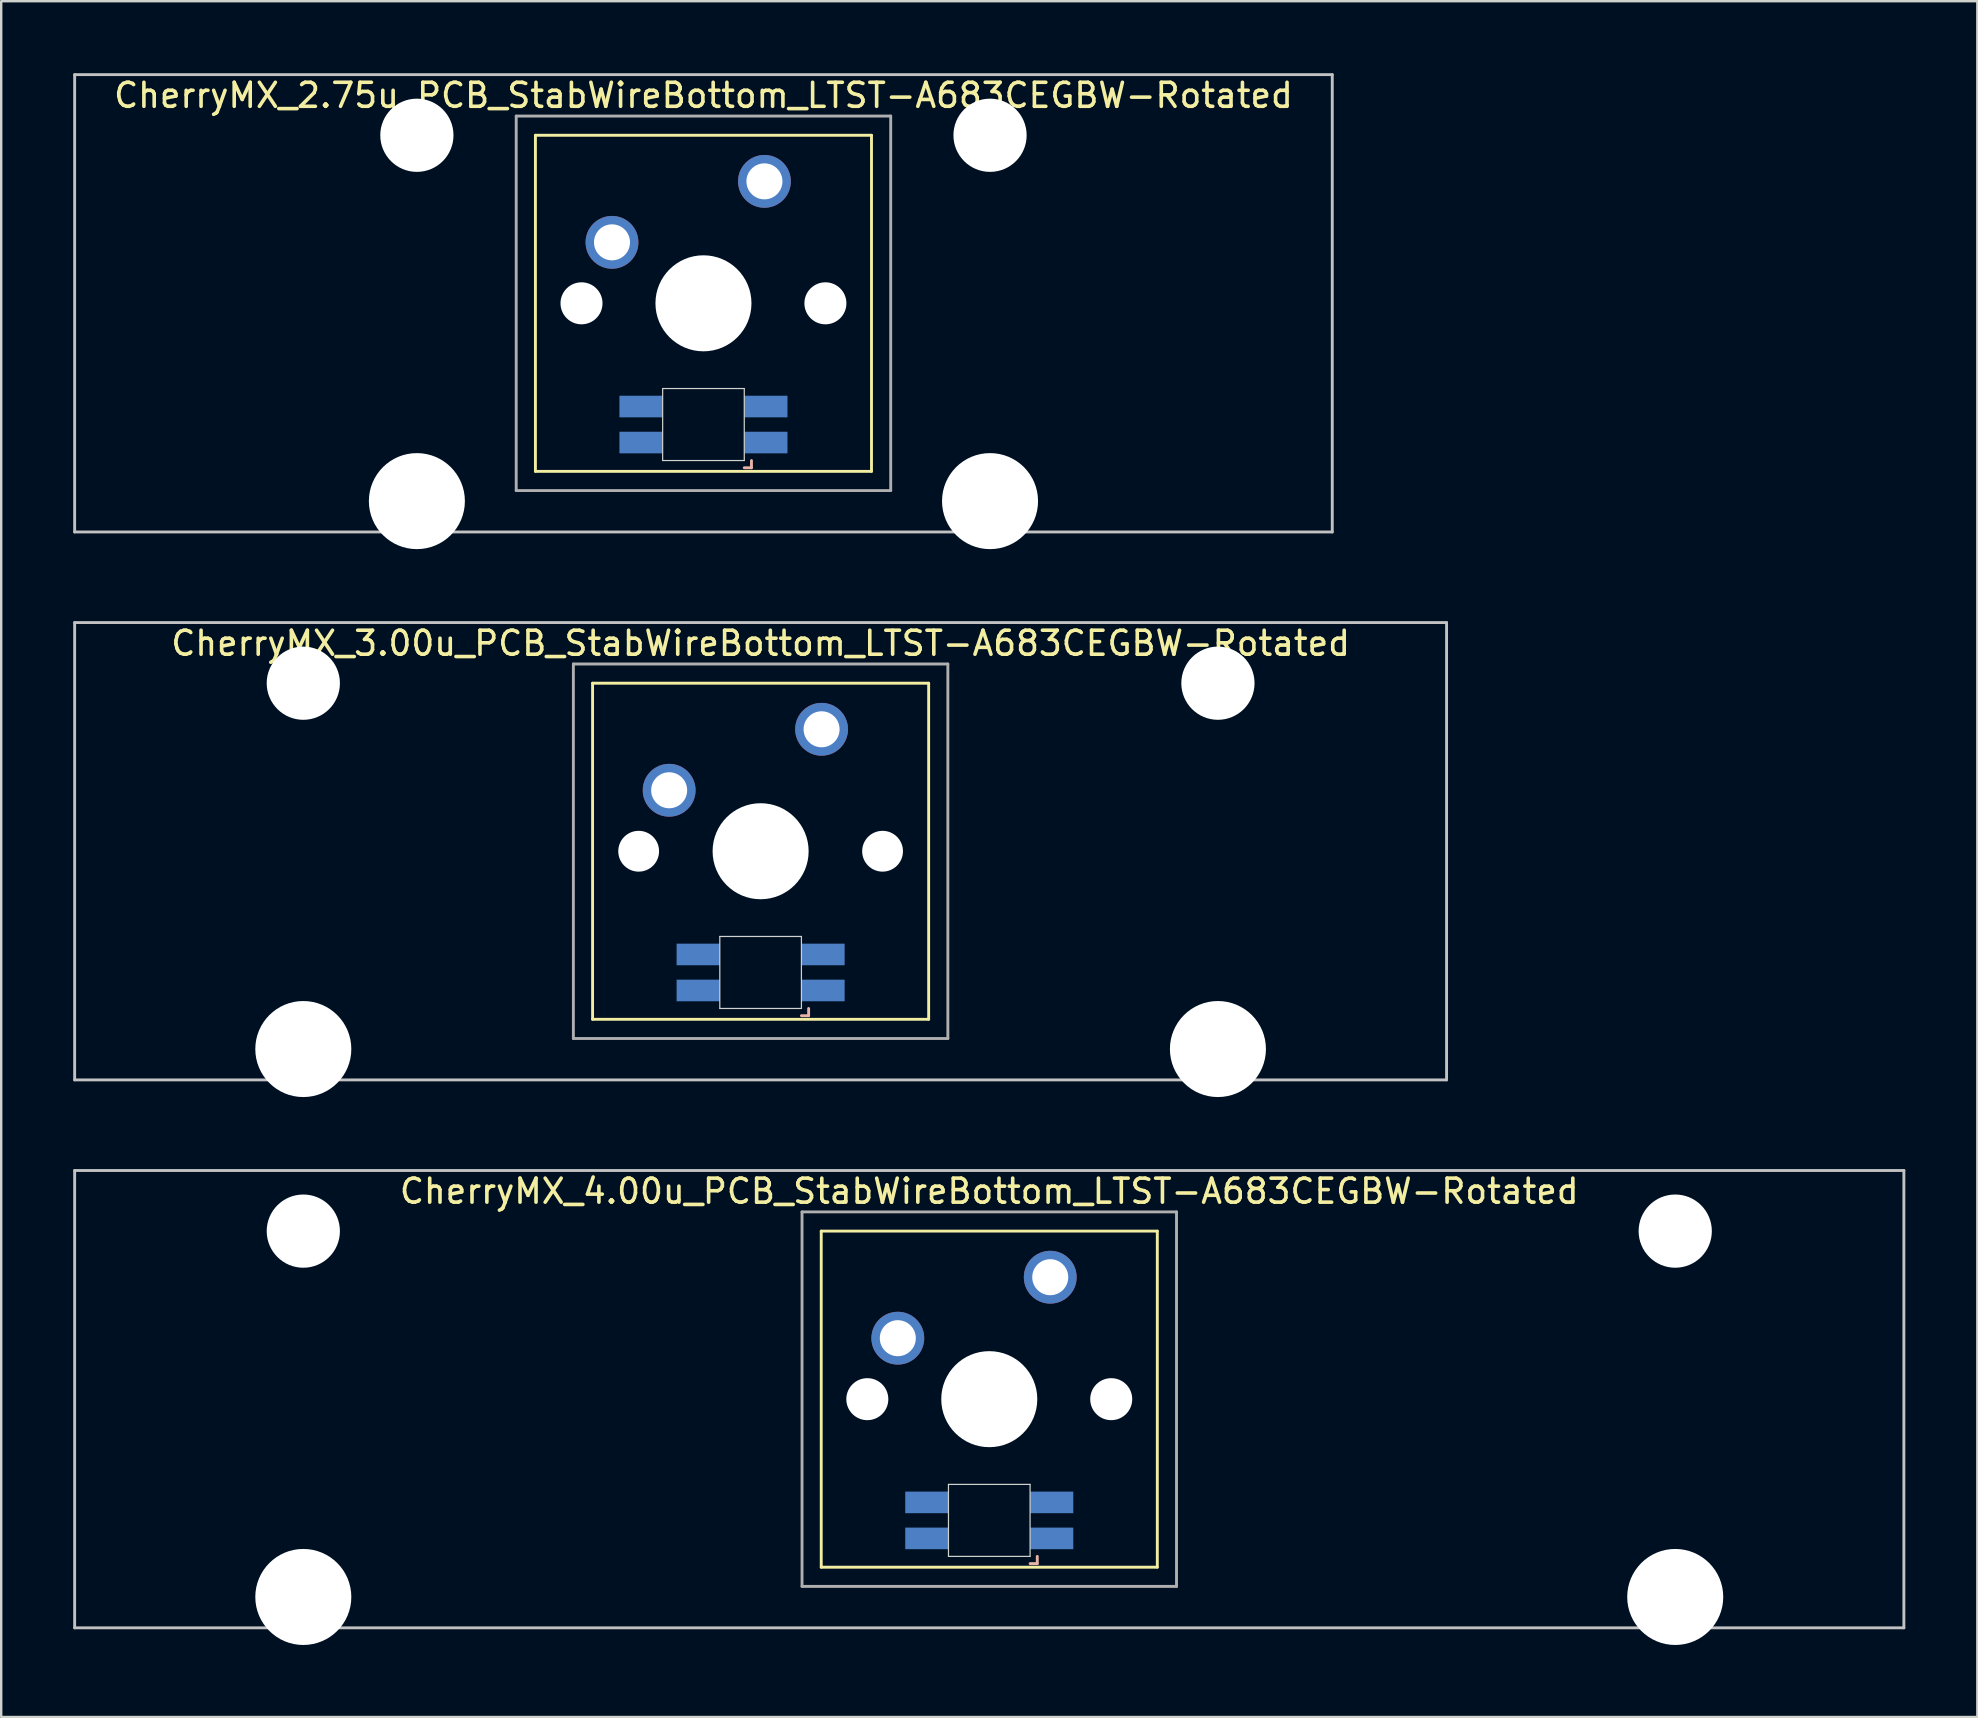
<source format=kicad_pcb>
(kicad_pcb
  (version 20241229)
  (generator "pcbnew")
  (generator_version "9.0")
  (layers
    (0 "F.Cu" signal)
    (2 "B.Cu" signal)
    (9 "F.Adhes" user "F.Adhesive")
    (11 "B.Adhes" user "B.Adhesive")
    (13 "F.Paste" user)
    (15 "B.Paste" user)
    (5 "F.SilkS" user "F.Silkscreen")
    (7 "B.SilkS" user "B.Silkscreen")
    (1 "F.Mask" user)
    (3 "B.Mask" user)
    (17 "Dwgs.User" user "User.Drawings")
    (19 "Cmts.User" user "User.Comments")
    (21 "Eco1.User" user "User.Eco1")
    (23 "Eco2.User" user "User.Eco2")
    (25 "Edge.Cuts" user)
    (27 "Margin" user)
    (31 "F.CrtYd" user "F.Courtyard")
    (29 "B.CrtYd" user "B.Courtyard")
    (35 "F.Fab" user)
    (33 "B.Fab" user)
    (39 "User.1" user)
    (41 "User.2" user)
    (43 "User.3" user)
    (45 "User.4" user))
  (footprint "CherryMX_2.75u_PCB_StabWireBottom_LTST-A683CEGBW-Rotated"
    (layer "F.Cu")
    (at 26.254 9.585)
    (property "Reference" "CherryMX_2.75u_PCB_StabWireBottom_LTST-A683CEGBW-Rotated" (at 0 -8.662 0) (layer "F.SilkS") (effects (font (size 1 1) (thickness 0.15))))
    (attr through_hole)
    (fp_line (start -7 -7) (end -7 7) (stroke (width 0.12) (type solid)) (layer "F.SilkS"))
    (fp_line (start -7 -7) (end 7 -7) (stroke (width 0.12) (type solid)) (layer "F.SilkS"))
    (fp_line (start 7 -7) (end 7 7) (stroke (width 0.12) (type solid)) (layer "F.SilkS"))
    (fp_line (start 7 7) (end -7 7) (stroke (width 0.12) (type solid)) (layer "F.SilkS"))
    (fp_line (start 1.7 6.85) (end 2 6.85) (stroke (width 0.12) (type solid)) (layer "B.SilkS"))
    (fp_line (start 2 6.85) (end 2 6.55) (stroke (width 0.12) (type solid)) (layer "B.SilkS"))
    (fp_line (start -26.194 -9.525) (end 26.194 -9.525) (stroke (width 0.12) (type solid)) (layer "Dwgs.User"))
    (fp_line (start -26.194 9.525) (end -26.194 -9.525) (stroke (width 0.12) (type solid)) (layer "Dwgs.User"))
    (fp_line (start 26.194 -9.525) (end 26.194 9.525) (stroke (width 0.12) (type solid)) (layer "Dwgs.User"))
    (fp_line (start 26.194 9.525) (end -26.194 9.525) (stroke (width 0.12) (type solid)) (layer "Dwgs.User"))
    (fp_line (start -1.7 3.55) (end 1.7 3.55) (stroke (width 0.05) (type solid)) (layer "Edge.Cuts"))
    (fp_line (start -1.7 6.55) (end -1.7 3.55) (stroke (width 0.05) (type solid)) (layer "Edge.Cuts"))
    (fp_line (start 1.7 3.55) (end 1.7 6.55) (stroke (width 0.05) (type solid)) (layer "Edge.Cuts"))
    (fp_line (start 1.7 6.55) (end -1.7 6.55) (stroke (width 0.05) (type solid)) (layer "Edge.Cuts"))
    (fp_line (start -7.8 -7.8) (end -7.8 7.8) (stroke (width 0.12) (type solid)) (layer "F.Fab"))
    (fp_line (start -7.8 -7.8) (end 7.8 -7.8) (stroke (width 0.12) (type solid)) (layer "F.Fab"))
    (fp_line (start -7.8 7.8) (end 7.8 7.8) (stroke (width 0.12) (type solid)) (layer "F.Fab"))
    (fp_line (start 7.8 -7.8) (end 7.8 7.8) (stroke (width 0.12) (type solid)) (layer "F.Fab"))
    (pad "" np_thru_hole circle (at -11.938 -7) (size 3.05 3.05) (drill 3.05) (layers "*.Cu" "*.Mask"))
    (pad "" np_thru_hole circle (at -11.938 8.24) (size 4 4) (drill 4) (layers "*.Cu" "*.Mask"))
    (pad "" np_thru_hole circle (at -5.08 0) (size 1.75 1.75) (drill 1.75) (layers "*.Cu" "*.Mask"))
    (pad "" np_thru_hole circle (at 0 0) (size 4 4) (drill 4) (layers "*.Cu" "*.Mask"))
    (pad "" np_thru_hole circle (at 5.08 0) (size 1.75 1.75) (drill 1.75) (layers "*.Cu" "*.Mask"))
    (pad "" np_thru_hole circle (at 11.938 -7) (size 3.05 3.05) (drill 3.05) (layers "*.Cu" "*.Mask"))
    (pad "" np_thru_hole circle (at 11.938 8.24) (size 4 4) (drill 4) (layers "*.Cu" "*.Mask"))
    (pad "1" thru_hole circle (at -3.81 -2.54) (size 2.2 2.2) (drill 1.5) (layers "*.Cu" "*.Mask"))
    (pad "2" thru_hole circle (at 2.54 -5.08) (size 2.2 2.2) (drill 1.5) (layers "*.Cu" "*.Mask"))
    (pad "3" smd rect (at 2.6 5.8) (size 1.8 0.9) (layers "B.Cu" "B.Mask" "B.Paste"))
    (pad "4" smd rect (at 2.6 4.3) (size 1.8 0.9) (layers "B.Cu" "B.Mask" "B.Paste"))
    (pad "5" smd rect (at -2.6 5.8) (size 1.8 0.9) (layers "B.Cu" "B.Mask" "B.Paste"))
    (pad "6" smd rect (at -2.6 4.3) (size 1.8 0.9) (layers "B.Cu" "B.Mask" "B.Paste")))
  (footprint "CherryMX_3.00u_PCB_StabWireBottom_LTST-A683CEGBW-Rotated"
    (layer "F.Cu")
    (at 28.635 32.41)
    (property "Reference" "CherryMX_3.00u_PCB_StabWireBottom_LTST-A683CEGBW-Rotated" (at 0 -8.662 0) (layer "F.SilkS") (effects (font (size 1 1) (thickness 0.15))))
    (attr through_hole)
    (fp_line (start -7 -7) (end -7 7) (stroke (width 0.12) (type solid)) (layer "F.SilkS"))
    (fp_line (start -7 -7) (end 7 -7) (stroke (width 0.12) (type solid)) (layer "F.SilkS"))
    (fp_line (start 7 -7) (end 7 7) (stroke (width 0.12) (type solid)) (layer "F.SilkS"))
    (fp_line (start 7 7) (end -7 7) (stroke (width 0.12) (type solid)) (layer "F.SilkS"))
    (fp_line (start 1.7 6.85) (end 2 6.85) (stroke (width 0.12) (type solid)) (layer "B.SilkS"))
    (fp_line (start 2 6.85) (end 2 6.55) (stroke (width 0.12) (type solid)) (layer "B.SilkS"))
    (fp_line (start -28.575 -9.525) (end 28.575 -9.525) (stroke (width 0.12) (type solid)) (layer "Dwgs.User"))
    (fp_line (start -28.575 9.525) (end -28.575 -9.525) (stroke (width 0.12) (type solid)) (layer "Dwgs.User"))
    (fp_line (start 28.575 -9.525) (end 28.575 9.525) (stroke (width 0.12) (type solid)) (layer "Dwgs.User"))
    (fp_line (start 28.575 9.525) (end -28.575 9.525) (stroke (width 0.12) (type solid)) (layer "Dwgs.User"))
    (fp_line (start -1.7 3.55) (end 1.7 3.55) (stroke (width 0.05) (type solid)) (layer "Edge.Cuts"))
    (fp_line (start -1.7 6.55) (end -1.7 3.55) (stroke (width 0.05) (type solid)) (layer "Edge.Cuts"))
    (fp_line (start 1.7 3.55) (end 1.7 6.55) (stroke (width 0.05) (type solid)) (layer "Edge.Cuts"))
    (fp_line (start 1.7 6.55) (end -1.7 6.55) (stroke (width 0.05) (type solid)) (layer "Edge.Cuts"))
    (fp_line (start -7.8 -7.8) (end -7.8 7.8) (stroke (width 0.12) (type solid)) (layer "F.Fab"))
    (fp_line (start -7.8 -7.8) (end 7.8 -7.8) (stroke (width 0.12) (type solid)) (layer "F.Fab"))
    (fp_line (start -7.8 7.8) (end 7.8 7.8) (stroke (width 0.12) (type solid)) (layer "F.Fab"))
    (fp_line (start 7.8 -7.8) (end 7.8 7.8) (stroke (width 0.12) (type solid)) (layer "F.Fab"))
    (pad "" np_thru_hole circle (at -19.05 -7) (size 3.05 3.05) (drill 3.05) (layers "*.Cu" "*.Mask"))
    (pad "" np_thru_hole circle (at -19.05 8.24) (size 4 4) (drill 4) (layers "*.Cu" "*.Mask"))
    (pad "" np_thru_hole circle (at -5.08 0) (size 1.7 1.7) (drill 1.7) (layers "*.Cu" "*.Mask"))
    (pad "" np_thru_hole circle (at 0 0) (size 4 4) (drill 4) (layers "*.Cu" "*.Mask"))
    (pad "" np_thru_hole circle (at 5.08 0) (size 1.7 1.7) (drill 1.7) (layers "*.Cu" "*.Mask"))
    (pad "" np_thru_hole circle (at 19.05 -7) (size 3.05 3.05) (drill 3.05) (layers "*.Cu" "*.Mask"))
    (pad "" np_thru_hole circle (at 19.05 8.24) (size 4 4) (drill 4) (layers "*.Cu" "*.Mask"))
    (pad "1" thru_hole circle (at -3.81 -2.54) (size 2.2 2.2) (drill 1.5) (layers "*.Cu" "*.Mask"))
    (pad "2" thru_hole circle (at 2.54 -5.08) (size 2.2 2.2) (drill 1.5) (layers "*.Cu" "*.Mask"))
    (pad "3" smd rect (at 2.6 5.8 180) (size 1.8 0.9) (layers "B.Cu" "B.Mask" "B.Paste"))
    (pad "4" smd rect (at 2.6 4.3 180) (size 1.8 0.9) (layers "B.Cu" "B.Mask" "B.Paste"))
    (pad "5" smd rect (at -2.6 5.8 180) (size 1.8 0.9) (layers "B.Cu" "B.Mask" "B.Paste"))
    (pad "6" smd rect (at -2.6 4.3 180) (size 1.8 0.9) (layers "B.Cu" "B.Mask" "B.Paste")))
  (footprint "CherryMX_4.00u_PCB_StabWireBottom_LTST-A683CEGBW-Rotated"
    (layer "F.Cu")
    (at 38.16 55.235)
    (property "Reference" "CherryMX_4.00u_PCB_StabWireBottom_LTST-A683CEGBW-Rotated" (at 0 -8.662 0) (layer "F.SilkS") (effects (font (size 1 1) (thickness 0.15))))
    (attr through_hole)
    (fp_line (start -7 -7) (end -7 7) (stroke (width 0.12) (type solid)) (layer "F.SilkS"))
    (fp_line (start -7 -7) (end 7 -7) (stroke (width 0.12) (type solid)) (layer "F.SilkS"))
    (fp_line (start 7 -7) (end 7 7) (stroke (width 0.12) (type solid)) (layer "F.SilkS"))
    (fp_line (start 7 7) (end -7 7) (stroke (width 0.12) (type solid)) (layer "F.SilkS"))
    (fp_line (start 1.7 6.85) (end 2 6.85) (stroke (width 0.12) (type solid)) (layer "B.SilkS"))
    (fp_line (start 2 6.85) (end 2 6.55) (stroke (width 0.12) (type solid)) (layer "B.SilkS"))
    (fp_line (start -38.1 -9.525) (end 38.1 -9.525) (stroke (width 0.12) (type solid)) (layer "Dwgs.User"))
    (fp_line (start -38.1 9.525) (end -38.1 -9.525) (stroke (width 0.12) (type solid)) (layer "Dwgs.User"))
    (fp_line (start 38.1 -9.525) (end 38.1 9.525) (stroke (width 0.12) (type solid)) (layer "Dwgs.User"))
    (fp_line (start 38.1 9.525) (end -38.1 9.525) (stroke (width 0.12) (type solid)) (layer "Dwgs.User"))
    (fp_line (start -1.7 3.55) (end 1.7 3.55) (stroke (width 0.05) (type solid)) (layer "Edge.Cuts"))
    (fp_line (start -1.7 6.55) (end -1.7 3.55) (stroke (width 0.05) (type solid)) (layer "Edge.Cuts"))
    (fp_line (start 1.7 3.55) (end 1.7 6.55) (stroke (width 0.05) (type solid)) (layer "Edge.Cuts"))
    (fp_line (start 1.7 6.55) (end -1.7 6.55) (stroke (width 0.05) (type solid)) (layer "Edge.Cuts"))
    (fp_line (start -7.8 -7.8) (end -7.8 7.8) (stroke (width 0.12) (type solid)) (layer "F.Fab"))
    (fp_line (start -7.8 -7.8) (end 7.8 -7.8) (stroke (width 0.12) (type solid)) (layer "F.Fab"))
    (fp_line (start -7.8 7.8) (end 7.8 7.8) (stroke (width 0.12) (type solid)) (layer "F.Fab"))
    (fp_line (start 7.8 -7.8) (end 7.8 7.8) (stroke (width 0.12) (type solid)) (layer "F.Fab"))
    (pad "" np_thru_hole circle (at -28.575 -7) (size 3.05 3.05) (drill 3.05) (layers "*.Cu" "*.Mask"))
    (pad "" np_thru_hole circle (at -28.575 8.24) (size 4 4) (drill 4) (layers "*.Cu" "*.Mask"))
    (pad "" np_thru_hole circle (at -5.08 0) (size 1.75 1.75) (drill 1.75) (layers "*.Cu" "*.Mask"))
    (pad "" np_thru_hole circle (at 0 0) (size 4 4) (drill 4) (layers "*.Cu" "*.Mask"))
    (pad "" np_thru_hole circle (at 5.08 0) (size 1.75 1.75) (drill 1.75) (layers "*.Cu" "*.Mask"))
    (pad "" np_thru_hole circle (at 28.575 -7) (size 3.05 3.05) (drill 3.05) (layers "*.Cu" "*.Mask"))
    (pad "" np_thru_hole circle (at 28.575 8.24) (size 4 4) (drill 4) (layers "*.Cu" "*.Mask"))
    (pad "1" thru_hole circle (at -3.81 -2.54) (size 2.2 2.2) (drill 1.5) (layers "*.Cu" "*.Mask"))
    (pad "2" thru_hole circle (at 2.54 -5.08) (size 2.2 2.2) (drill 1.5) (layers "*.Cu" "*.Mask"))
    (pad "3" smd rect (at 2.6 5.8 180) (size 1.8 0.9) (layers "B.Cu" "B.Mask" "B.Paste"))
    (pad "4" smd rect (at 2.6 4.3 180) (size 1.8 0.9) (layers "B.Cu" "B.Mask" "B.Paste"))
    (pad "5" smd rect (at -2.6 5.8 180) (size 1.8 0.9) (layers "B.Cu" "B.Mask" "B.Paste"))
    (pad "6" smd rect (at -2.6 4.3 180) (size 1.8 0.9) (layers "B.Cu" "B.Mask" "B.Paste")))
  (gr_rect
    (start -3 -3)
    (end 79.32 68.475)
    (stroke (width 0.1) (type default))
    (fill no)
    (layer "Edge.Cuts")))
</source>
